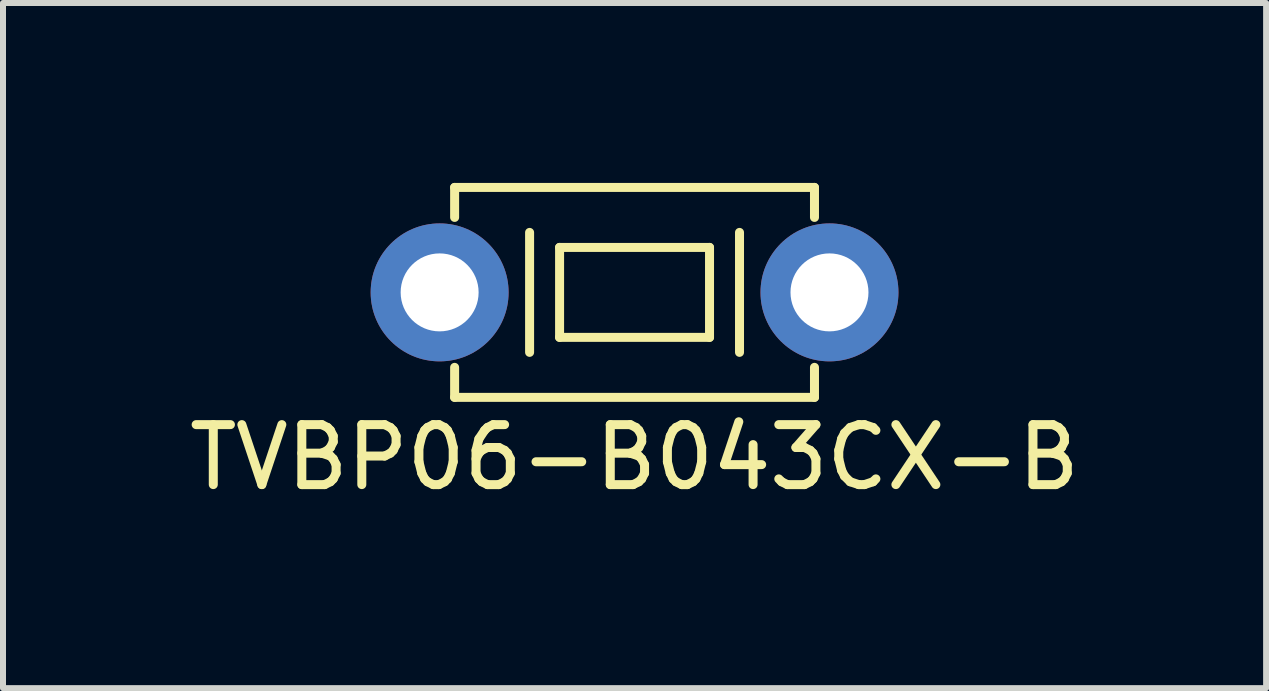
<source format=kicad_pcb>
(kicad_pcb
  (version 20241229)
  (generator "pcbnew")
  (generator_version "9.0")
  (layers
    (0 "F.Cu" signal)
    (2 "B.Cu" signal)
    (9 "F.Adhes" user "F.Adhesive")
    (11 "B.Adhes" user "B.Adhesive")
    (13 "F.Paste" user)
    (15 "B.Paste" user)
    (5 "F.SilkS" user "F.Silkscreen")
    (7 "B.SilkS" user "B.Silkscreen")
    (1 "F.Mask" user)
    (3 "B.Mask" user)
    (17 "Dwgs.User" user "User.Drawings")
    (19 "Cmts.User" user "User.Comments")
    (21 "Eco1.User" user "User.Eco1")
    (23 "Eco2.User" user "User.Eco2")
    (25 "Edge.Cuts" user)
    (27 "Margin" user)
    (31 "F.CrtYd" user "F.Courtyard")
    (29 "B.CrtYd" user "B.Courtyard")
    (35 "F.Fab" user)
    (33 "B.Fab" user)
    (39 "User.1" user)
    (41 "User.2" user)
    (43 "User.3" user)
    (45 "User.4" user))
  (footprint "TVBP06-B043CX-B"
    (layer "F.Cu")
    (at 7.53 1.825)
    (property "Reference" "TVBP06-B043CX-B" (at 0 2.75 0) (layer "F.SilkS") (effects (font (size 1 1) (thickness 0.15))))
    (attr through_hole)
    (fp_line (start -3 -1.75) (end -3 -1.25) (stroke (width 0.15) (type solid)) (layer "F.SilkS"))
    (fp_line (start -3 -1.75) (end 3 -1.75) (stroke (width 0.15) (type solid)) (layer "F.SilkS"))
    (fp_line (start -3 1.25) (end -3 1.75) (stroke (width 0.15) (type solid)) (layer "F.SilkS"))
    (fp_line (start -3 1.75) (end 3 1.75) (stroke (width 0.15) (type solid)) (layer "F.SilkS"))
    (fp_line (start -1.75 -1) (end -1.75 1) (stroke (width 0.15) (type solid)) (layer "F.SilkS"))
    (fp_line (start -1.25 -0.75) (end -1.25 0.75) (stroke (width 0.15) (type solid)) (layer "F.SilkS"))
    (fp_line (start -1.25 0.75) (end 1.25 0.75) (stroke (width 0.15) (type solid)) (layer "F.SilkS"))
    (fp_line (start 1.25 -0.75) (end -1.25 -0.75) (stroke (width 0.15) (type solid)) (layer "F.SilkS"))
    (fp_line (start 1.25 0.75) (end 1.25 -0.75) (stroke (width 0.15) (type solid)) (layer "F.SilkS"))
    (fp_line (start 1.75 -1) (end 1.75 1) (stroke (width 0.15) (type solid)) (layer "F.SilkS"))
    (fp_line (start 3 -1.75) (end 3 -1.25) (stroke (width 0.15) (type solid)) (layer "F.SilkS"))
    (fp_line (start 3 1.75) (end 3 1.25) (stroke (width 0.15) (type solid)) (layer "F.SilkS"))
    (pad "1" thru_hole circle (at -3.25 0) (size 2.3 2.3) (drill 1.3) (layers "*.Cu" "*.Mask"))
    (pad "2" thru_hole circle (at 3.25 0) (size 2.3 2.3) (drill 1.3) (layers "*.Cu" "*.Mask")))
  (gr_rect
    (start -3 -3)
    (end 18.06 8.423)
    (stroke (width 0.1) (type default))
    (fill no)
    (layer "Edge.Cuts")))
</source>
